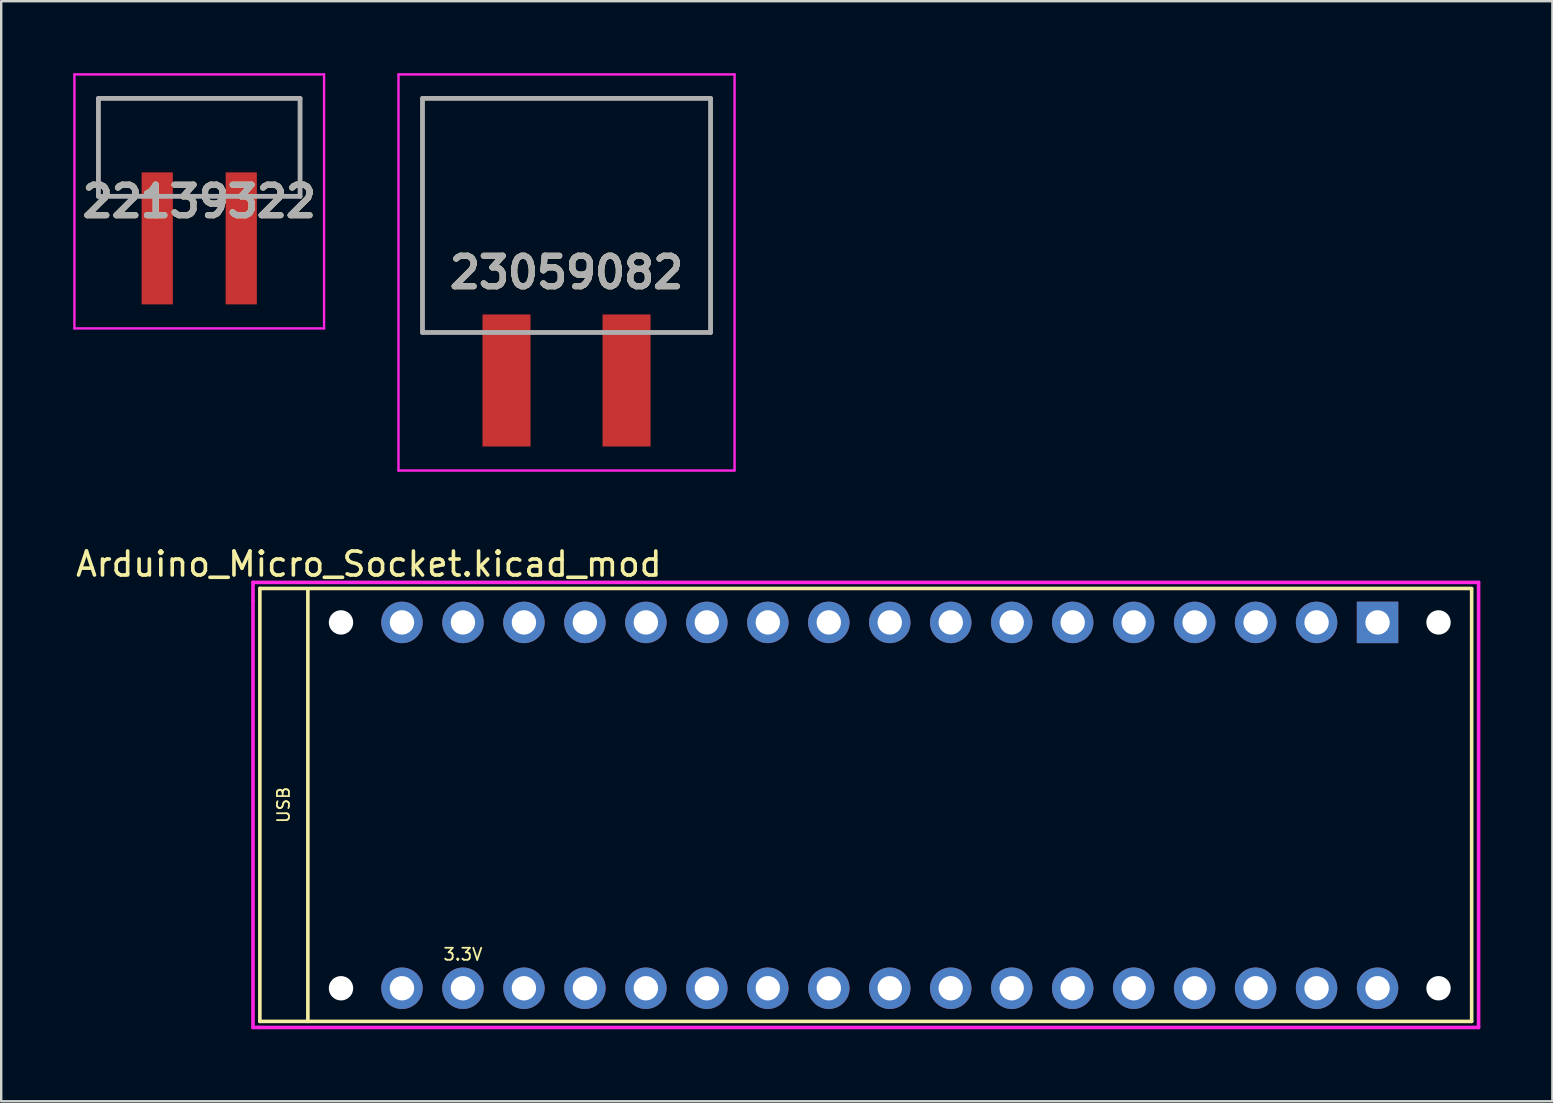
<source format=kicad_pcb>
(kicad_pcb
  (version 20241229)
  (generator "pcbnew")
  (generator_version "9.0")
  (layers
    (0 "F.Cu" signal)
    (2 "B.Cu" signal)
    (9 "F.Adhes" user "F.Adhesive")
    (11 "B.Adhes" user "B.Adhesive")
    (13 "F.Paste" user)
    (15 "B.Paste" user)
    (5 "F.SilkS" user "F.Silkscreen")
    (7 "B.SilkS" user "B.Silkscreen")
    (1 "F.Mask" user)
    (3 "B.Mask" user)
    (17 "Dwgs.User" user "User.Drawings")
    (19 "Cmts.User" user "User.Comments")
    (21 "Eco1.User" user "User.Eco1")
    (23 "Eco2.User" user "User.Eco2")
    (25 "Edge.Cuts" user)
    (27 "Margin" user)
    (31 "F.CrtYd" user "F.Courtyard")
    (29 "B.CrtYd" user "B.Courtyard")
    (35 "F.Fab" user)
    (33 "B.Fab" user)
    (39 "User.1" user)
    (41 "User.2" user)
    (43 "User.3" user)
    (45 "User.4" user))
  (footprint "23059082"
    (layer "F.Cu")
    (at 20.55 8.3)
    (property "Reference" "23059082" (at 0 0 0) (layer "F.SilkS") (effects (font (size 1.27 1.27) (thickness 0.254))))
    (attr smd)
    (fp_line (start -6 -7.25) (end 6 -7.25) (stroke (width 0.1) (type solid)) (layer "F.SilkS"))
    (fp_line (start -6 2.5) (end -6 -7.25) (stroke (width 0.1) (type solid)) (layer "F.SilkS"))
    (fp_line (start -5 2.5) (end -6 2.5) (stroke (width 0.1) (type solid)) (layer "F.SilkS"))
    (fp_line (start 6 -7.25) (end 6 2.5) (stroke (width 0.1) (type solid)) (layer "F.SilkS"))
    (fp_line (start 6 2.5) (end 5 2.5) (stroke (width 0.1) (type solid)) (layer "F.SilkS"))
    (fp_line (start -7 -8.25) (end 7 -8.25) (stroke (width 0.1) (type solid)) (layer "F.CrtYd"))
    (fp_line (start -7 8.25) (end -7 -8.25) (stroke (width 0.1) (type solid)) (layer "F.CrtYd"))
    (fp_line (start 7 -8.25) (end 7 8.25) (stroke (width 0.1) (type solid)) (layer "F.CrtYd"))
    (fp_line (start 7 8.25) (end -7 8.25) (stroke (width 0.1) (type solid)) (layer "F.CrtYd"))
    (fp_line (start -6 -7.25) (end 6 -7.25) (stroke (width 0.2) (type solid)) (layer "F.Fab"))
    (fp_line (start -6 2.5) (end -6 -7.25) (stroke (width 0.2) (type solid)) (layer "F.Fab"))
    (fp_line (start 6 -7.25) (end 6 2.5) (stroke (width 0.2) (type solid)) (layer "F.Fab"))
    (fp_line (start 6 2.5) (end -6 2.5) (stroke (width 0.2) (type solid)) (layer "F.Fab"))
    (fp_text user "${REFERENCE}" (at 0 0 0) (layer "F.Fab") (effects (font (size 1.27 1.27) (thickness 0.254))))
    (pad "1" smd rect (at -2.5 4.5) (size 2 5.5) (layers "F.Cu" "F.Mask" "F.Paste"))
    (pad "2" smd rect (at 2.5 4.5) (size 2 5.5) (layers "F.Cu" "F.Mask" "F.Paste")))
  (footprint "22139322"
    (layer "F.Cu")
    (at 5.25 3.965)
    (property "Reference" "22139322" (at 0 1.375 0) (layer "F.SilkS") (effects (font (size 1.27 1.27) (thickness 0.254))))
    (attr smd)
    (fp_line (start -4.2 -2.915) (end 4.2 -2.915) (stroke (width 0.1) (type solid)) (layer "F.SilkS"))
    (fp_line (start -4.2 1.165) (end -4.2 -2.915) (stroke (width 0.1) (type solid)) (layer "F.SilkS"))
    (fp_line (start -3.5 1.165) (end -4.2 1.165) (stroke (width 0.1) (type solid)) (layer "F.SilkS"))
    (fp_line (start 4.2 -2.915) (end 4.2 1.165) (stroke (width 0.1) (type solid)) (layer "F.SilkS"))
    (fp_line (start 4.2 1.165) (end 3.5 1.165) (stroke (width 0.1) (type solid)) (layer "F.SilkS"))
    (fp_line (start -5.2 -3.915) (end 5.2 -3.915) (stroke (width 0.1) (type solid)) (layer "F.CrtYd"))
    (fp_line (start -5.2 6.665) (end -5.2 -3.915) (stroke (width 0.1) (type solid)) (layer "F.CrtYd"))
    (fp_line (start 5.2 -3.915) (end 5.2 6.665) (stroke (width 0.1) (type solid)) (layer "F.CrtYd"))
    (fp_line (start 5.2 6.665) (end -5.2 6.665) (stroke (width 0.1) (type solid)) (layer "F.CrtYd"))
    (fp_line (start -4.2 -2.915) (end -4.2 1.165) (stroke (width 0.2) (type solid)) (layer "F.Fab"))
    (fp_line (start -4.2 1.165) (end 4.2 1.165) (stroke (width 0.2) (type solid)) (layer "F.Fab"))
    (fp_line (start 4.2 -2.915) (end -4.2 -2.915) (stroke (width 0.2) (type solid)) (layer "F.Fab"))
    (fp_line (start 4.2 1.165) (end 4.2 -2.915) (stroke (width 0.2) (type solid)) (layer "F.Fab"))
    (fp_text user "${REFERENCE}" (at 0 1.375 0) (layer "F.Fab") (effects (font (size 1.27 1.27) (thickness 0.254))))
    (pad "1" smd rect (at -1.75 2.915) (size 1.3 5.5) (layers "F.Cu" "F.Mask" "F.Paste"))
    (pad "2" smd rect (at 1.75 2.915) (size 1.3 5.5) (layers "F.Cu" "F.Mask" "F.Paste")))
  (footprint "Arduino_Micro_Socket.kicad_mod"
    (layer "F.Cu")
    (at 9.775 39.498)
    (property "Reference" "Arduino_Micro_Socket.kicad_mod" (at 2.54 -19.05 0) (layer "F.SilkS") (effects (font (size 1 1) (thickness 0.15))))
    (attr through_hole)
    (fp_line (start -2 -18.034) (end -2 0) (stroke (width 0.15) (type solid)) (layer "F.SilkS"))
    (fp_line (start -2 -18.034) (end 48.48 -18.034) (stroke (width 0.15) (type solid)) (layer "F.SilkS"))
    (fp_line (start -2 0) (end 48.48 0) (stroke (width 0.15) (type solid)) (layer "F.SilkS"))
    (fp_line (start 0 -18) (end 0 0) (stroke (width 0.15) (type solid)) (layer "F.SilkS"))
    (fp_line (start 48.48 -18) (end 48.48 0) (stroke (width 0.15) (type solid)) (layer "F.SilkS"))
    (fp_line (start -2.286 -18.288) (end 48.768 -18.288) (stroke (width 0.15) (type solid)) (layer "F.CrtYd"))
    (fp_line (start -2.286 -17.526) (end -2.286 -18.288) (stroke (width 0.15) (type solid)) (layer "F.CrtYd"))
    (fp_line (start -2.286 0.254) (end -2.286 -17.526) (stroke (width 0.15) (type solid)) (layer "F.CrtYd"))
    (fp_line (start -2.032 0.254) (end -2.286 0.254) (stroke (width 0.15) (type solid)) (layer "F.CrtYd"))
    (fp_line (start 48.768 -18.288) (end 48.768 0.254) (stroke (width 0.15) (type solid)) (layer "F.CrtYd"))
    (fp_line (start 48.768 0.254) (end -2.032 0.254) (stroke (width 0.15) (type solid)) (layer "F.CrtYd"))
    (fp_text user "3.3V" (at 6.46 -2.794 0) (layer "F.SilkS") (effects (font (size 0.5 0.5) (thickness 0.075))))
    (fp_text user "USB" (at -1.016 -9.017 90) (layer "F.SilkS") (effects (font (size 0.5 0.5) (thickness 0.075))))
    (pad "" np_thru_hole circle (at 1.38 -16.62) (size 1.016 1.016) (drill 1.016) (layers "*.Cu" "*.Mask"))
    (pad "" np_thru_hole circle (at 1.38 -1.38) (size 1.016 1.016) (drill 1.016) (layers "*.Cu" "*.Mask"))
    (pad "" thru_hole oval (at 26.78 -1.38) (size 1.727 1.727) (drill 1.016) (layers "*.Cu" "*.Mask"))
    (pad "" thru_hole oval (at 29.32 -1.38) (size 1.727 1.727) (drill 1.016) (layers "*.Cu" "*.Mask"))
    (pad "" np_thru_hole circle (at 47.1 -16.62) (size 1.016 1.016) (drill 1.016) (layers "*.Cu" "*.Mask"))
    (pad "" np_thru_hole circle (at 47.1 -1.38) (size 1.016 1.016) (drill 1.016) (layers "*.Cu" "*.Mask"))
    (pad "3V3" thru_hole oval (at 6.46 -1.38) (size 1.727 1.727) (drill 1.016) (layers "*.Cu" "*.Mask"))
    (pad "5V" thru_hole oval (at 31.86 -1.38) (size 1.727 1.727) (drill 1.016) (layers "*.Cu" "*.Mask"))
    (pad "A0" thru_hole oval (at 11.54 -1.38) (size 1.727 1.727) (drill 1.016) (layers "*.Cu" "*.Mask"))
    (pad "A1" thru_hole oval (at 14.08 -1.38) (size 1.727 1.727) (drill 1.016) (layers "*.Cu" "*.Mask"))
    (pad "A2" thru_hole oval (at 16.62 -1.38) (size 1.727 1.727) (drill 1.016) (layers "*.Cu" "*.Mask"))
    (pad "A3" thru_hole oval (at 19.16 -1.38) (size 1.727 1.727) (drill 1.016) (layers "*.Cu" "*.Mask"))
    (pad "A4" thru_hole oval (at 21.7 -1.38) (size 1.727 1.727) (drill 1.016) (layers "*.Cu" "*.Mask"))
    (pad "A5" thru_hole oval (at 24.24 -1.38) (size 1.727 1.727) (drill 1.016) (layers "*.Cu" "*.Mask"))
    (pad "AREF" thru_hole oval (at 9 -1.38) (size 1.727 1.727) (drill 1.016) (layers "*.Cu" "*.Mask"))
    (pad "D0" thru_hole oval (at 36.94 -16.62) (size 1.727 1.727) (drill 1.016) (layers "*.Cu" "*.Mask"))
    (pad "D1" thru_hole oval (at 39.48 -16.62) (size 1.727 1.727) (drill 1.016) (layers "*.Cu" "*.Mask"))
    (pad "D2" thru_hole oval (at 29.32 -16.62) (size 1.727 1.727) (drill 1.016) (layers "*.Cu" "*.Mask"))
    (pad "D3" thru_hole oval (at 26.78 -16.62) (size 1.727 1.727) (drill 1.016) (layers "*.Cu" "*.Mask"))
    (pad "D4" thru_hole oval (at 24.24 -16.62) (size 1.727 1.727) (drill 1.016) (layers "*.Cu" "*.Mask"))
    (pad "D5" thru_hole oval (at 21.7 -16.62) (size 1.727 1.727) (drill 1.016) (layers "*.Cu" "*.Mask"))
    (pad "D6" thru_hole oval (at 19.16 -16.62) (size 1.727 1.727) (drill 1.016) (layers "*.Cu" "*.Mask"))
    (pad "D7" thru_hole oval (at 16.62 -16.62) (size 1.727 1.727) (drill 1.016) (layers "*.Cu" "*.Mask"))
    (pad "D8" thru_hole oval (at 14.08 -16.62) (size 1.727 1.727) (drill 1.016) (layers "*.Cu" "*.Mask"))
    (pad "D9" thru_hole oval (at 11.54 -16.62) (size 1.727 1.727) (drill 1.016) (layers "*.Cu" "*.Mask"))
    (pad "D10" thru_hole oval (at 9 -16.62) (size 1.727 1.727) (drill 1.016) (layers "*.Cu" "*.Mask"))
    (pad "D11" thru_hole oval (at 6.46 -16.62) (size 1.727 1.727) (drill 1.016) (layers "*.Cu" "*.Mask"))
    (pad "D12" thru_hole oval (at 3.92 -16.62) (size 1.727 1.727) (drill 1.016) (layers "*.Cu" "*.Mask"))
    (pad "D13" thru_hole oval (at 3.92 -1.38) (size 1.727 1.727) (drill 1.016) (layers "*.Cu" "*.Mask"))
    (pad "GND1" thru_hole oval (at 36.94 -1.38) (size 1.727 1.727) (drill 1.016) (layers "*.Cu" "*.Mask"))
    (pad "GND2" thru_hole oval (at 31.86 -16.62) (size 1.727 1.727) (drill 1.016) (layers "*.Cu" "*.Mask"))
    (pad "MISO" thru_hole oval (at 42.02 -1.38) (size 1.727 1.727) (drill 1.016) (layers "*.Cu" "*.Mask"))
    (pad "MOSI" thru_hole rect (at 44.56 -16.62) (size 1.727 1.727) (drill 1.016) (layers "*.Cu" "*.Mask"))
    (pad "RST1" thru_hole oval (at 34.4 -1.38) (size 1.727 1.727) (drill 1.016) (layers "*.Cu" "*.Mask"))
    (pad "RST2" thru_hole oval (at 34.4 -16.62) (size 1.727 1.727) (drill 1.016) (layers "*.Cu" "*.Mask"))
    (pad "SCK" thru_hole oval (at 44.56 -1.38) (size 1.727 1.727) (drill 1.016) (layers "*.Cu" "*.Mask"))
    (pad "SS" thru_hole oval (at 42.02 -16.62) (size 1.727 1.727) (drill 1.016) (layers "*.Cu" "*.Mask"))
    (pad "VIN" thru_hole oval (at 39.48 -1.38) (size 1.727 1.727) (drill 1.016) (layers "*.Cu" "*.Mask")))
  (gr_rect
    (start -3 -3)
    (end 61.618 42.827)
    (stroke (width 0.1) (type default))
    (fill no)
    (layer "Edge.Cuts")))
</source>
